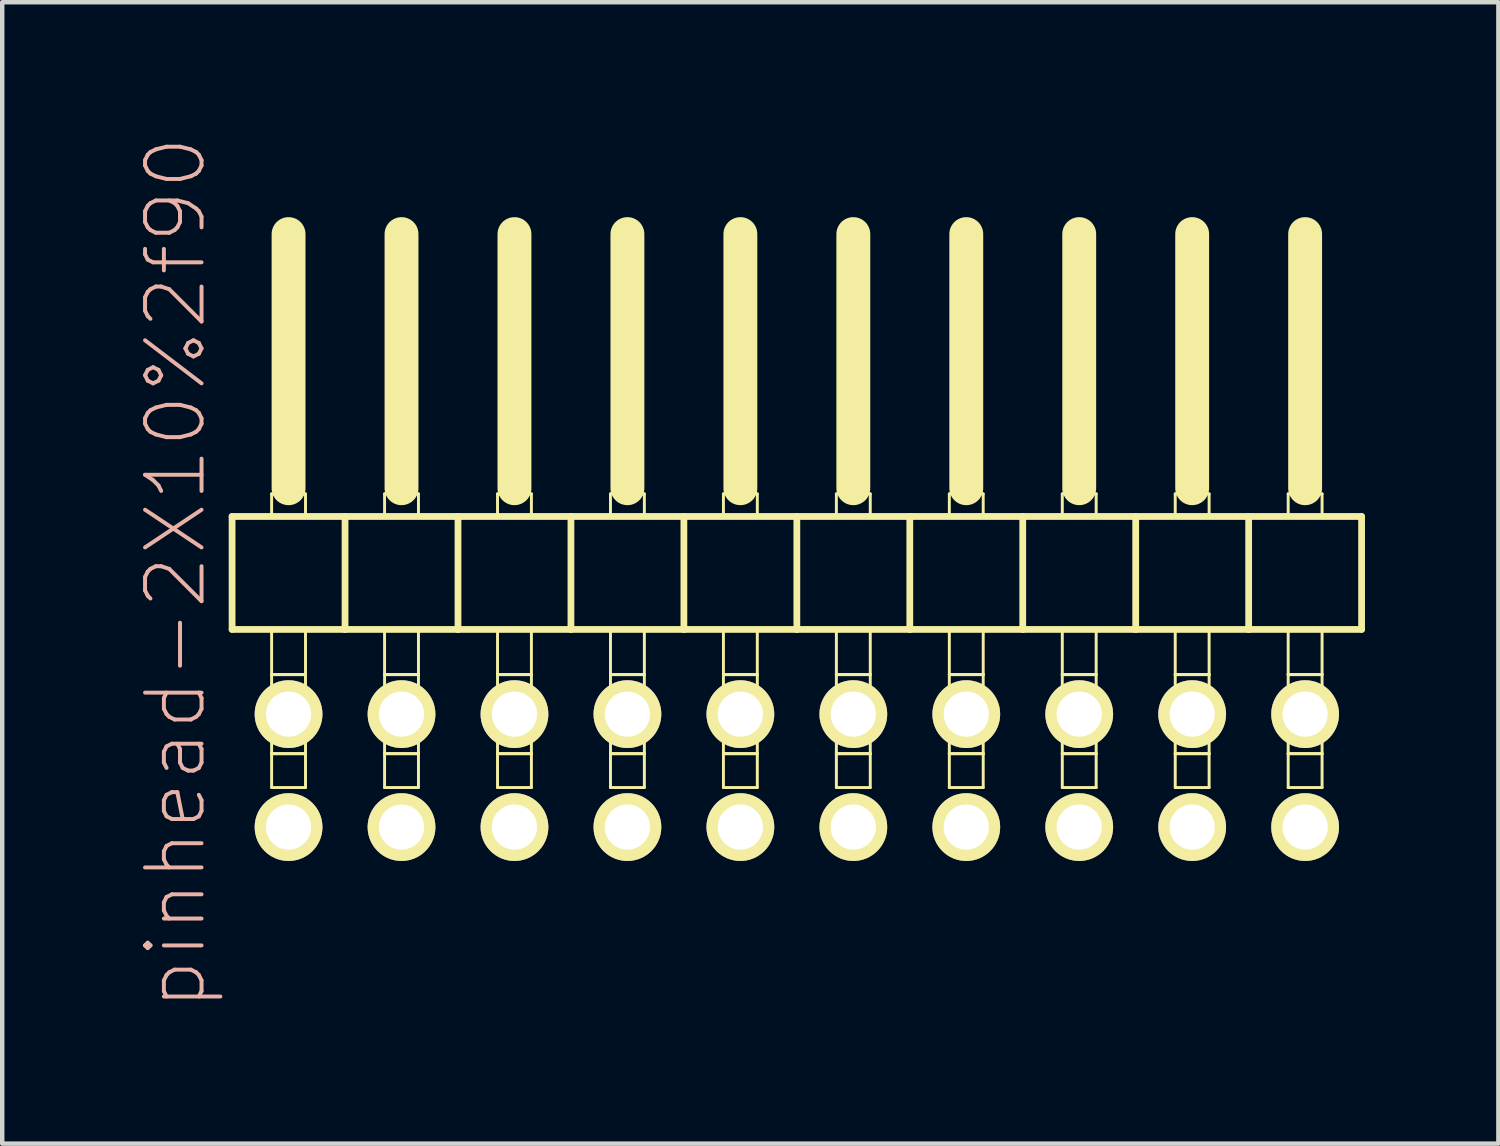
<source format=kicad_pcb>
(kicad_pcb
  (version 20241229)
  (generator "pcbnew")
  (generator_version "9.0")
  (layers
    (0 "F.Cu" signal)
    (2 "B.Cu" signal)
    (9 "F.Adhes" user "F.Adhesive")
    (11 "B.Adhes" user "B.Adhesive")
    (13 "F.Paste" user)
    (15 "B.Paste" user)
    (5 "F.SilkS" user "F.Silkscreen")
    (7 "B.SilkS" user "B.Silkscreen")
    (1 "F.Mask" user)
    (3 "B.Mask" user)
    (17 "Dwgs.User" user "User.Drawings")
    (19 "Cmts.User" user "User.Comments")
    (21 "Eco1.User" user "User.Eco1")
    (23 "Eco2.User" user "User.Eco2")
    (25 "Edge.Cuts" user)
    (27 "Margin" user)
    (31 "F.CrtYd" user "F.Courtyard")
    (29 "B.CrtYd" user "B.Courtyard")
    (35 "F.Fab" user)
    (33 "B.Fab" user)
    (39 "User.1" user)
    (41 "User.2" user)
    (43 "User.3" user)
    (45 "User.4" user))
  (footprint "pinhead-2X10%2f90"
    (layer "F.Cu")
    (at 14.869 9.199)
    (property "Reference" "pinhead-2X10%2f90" (at -13.97 0.635 90) (layer "B.SilkS") (effects (font (size 1.27 1.27) (thickness 0.089))))
    (attr exclude_from_pos_files exclude_from_bom)
    (fp_line (start -12.7 -0.635) (end -12.7 1.905) (stroke (width 0.152) (type solid)) (layer "F.SilkS"))
    (fp_line (start -12.7 1.905) (end -10.16 1.905) (stroke (width 0.152) (type solid)) (layer "F.SilkS"))
    (fp_line (start -11.811 -1.143) (end -11.049 -1.143) (stroke (width 0.066) (type solid)) (layer "F.SilkS"))
    (fp_line (start -11.811 -0.635) (end -11.811 -1.143) (stroke (width 0.066) (type solid)) (layer "F.SilkS"))
    (fp_line (start -11.811 -0.635) (end -11.049 -0.635) (stroke (width 0.066) (type solid)) (layer "F.SilkS"))
    (fp_line (start -11.811 1.905) (end -11.049 1.905) (stroke (width 0.066) (type solid)) (layer "F.SilkS"))
    (fp_line (start -11.811 2.921) (end -11.811 1.905) (stroke (width 0.066) (type solid)) (layer "F.SilkS"))
    (fp_line (start -11.811 2.921) (end -11.049 2.921) (stroke (width 0.066) (type solid)) (layer "F.SilkS"))
    (fp_line (start -11.811 2.921) (end -11.049 2.921) (stroke (width 0.066) (type solid)) (layer "F.SilkS"))
    (fp_line (start -11.811 4.699) (end -11.811 2.921) (stroke (width 0.066) (type solid)) (layer "F.SilkS"))
    (fp_line (start -11.811 4.699) (end -11.049 4.699) (stroke (width 0.066) (type solid)) (layer "F.SilkS"))
    (fp_line (start -11.811 4.699) (end -11.049 4.699) (stroke (width 0.066) (type solid)) (layer "F.SilkS"))
    (fp_line (start -11.811 5.461) (end -11.811 4.699) (stroke (width 0.066) (type solid)) (layer "F.SilkS"))
    (fp_line (start -11.811 5.461) (end -11.049 5.461) (stroke (width 0.066) (type solid)) (layer "F.SilkS"))
    (fp_line (start -11.43 -6.985) (end -11.43 -1.27) (stroke (width 0.762) (type solid)) (layer "F.SilkS"))
    (fp_line (start -11.049 -0.635) (end -11.049 -1.143) (stroke (width 0.066) (type solid)) (layer "F.SilkS"))
    (fp_line (start -11.049 2.921) (end -11.049 1.905) (stroke (width 0.066) (type solid)) (layer "F.SilkS"))
    (fp_line (start -11.049 4.699) (end -11.049 2.921) (stroke (width 0.066) (type solid)) (layer "F.SilkS"))
    (fp_line (start -11.049 5.461) (end -11.049 4.699) (stroke (width 0.066) (type solid)) (layer "F.SilkS"))
    (fp_line (start -10.16 -0.635) (end -12.7 -0.635) (stroke (width 0.152) (type solid)) (layer "F.SilkS"))
    (fp_line (start -10.16 1.905) (end -10.16 -0.635) (stroke (width 0.152) (type solid)) (layer "F.SilkS"))
    (fp_line (start -10.16 1.905) (end -7.62 1.905) (stroke (width 0.152) (type solid)) (layer "F.SilkS"))
    (fp_line (start -9.271 -1.143) (end -8.509 -1.143) (stroke (width 0.066) (type solid)) (layer "F.SilkS"))
    (fp_line (start -9.271 -0.635) (end -9.271 -1.143) (stroke (width 0.066) (type solid)) (layer "F.SilkS"))
    (fp_line (start -9.271 -0.635) (end -8.509 -0.635) (stroke (width 0.066) (type solid)) (layer "F.SilkS"))
    (fp_line (start -9.271 1.905) (end -8.509 1.905) (stroke (width 0.066) (type solid)) (layer "F.SilkS"))
    (fp_line (start -9.271 2.921) (end -9.271 1.905) (stroke (width 0.066) (type solid)) (layer "F.SilkS"))
    (fp_line (start -9.271 2.921) (end -8.509 2.921) (stroke (width 0.066) (type solid)) (layer "F.SilkS"))
    (fp_line (start -9.271 2.921) (end -8.509 2.921) (stroke (width 0.066) (type solid)) (layer "F.SilkS"))
    (fp_line (start -9.271 4.699) (end -9.271 2.921) (stroke (width 0.066) (type solid)) (layer "F.SilkS"))
    (fp_line (start -9.271 4.699) (end -8.509 4.699) (stroke (width 0.066) (type solid)) (layer "F.SilkS"))
    (fp_line (start -9.271 4.699) (end -8.509 4.699) (stroke (width 0.066) (type solid)) (layer "F.SilkS"))
    (fp_line (start -9.271 5.461) (end -9.271 4.699) (stroke (width 0.066) (type solid)) (layer "F.SilkS"))
    (fp_line (start -9.271 5.461) (end -8.509 5.461) (stroke (width 0.066) (type solid)) (layer "F.SilkS"))
    (fp_line (start -8.89 -6.985) (end -8.89 -1.27) (stroke (width 0.762) (type solid)) (layer "F.SilkS"))
    (fp_line (start -8.509 -0.635) (end -8.509 -1.143) (stroke (width 0.066) (type solid)) (layer "F.SilkS"))
    (fp_line (start -8.509 2.921) (end -8.509 1.905) (stroke (width 0.066) (type solid)) (layer "F.SilkS"))
    (fp_line (start -8.509 4.699) (end -8.509 2.921) (stroke (width 0.066) (type solid)) (layer "F.SilkS"))
    (fp_line (start -8.509 5.461) (end -8.509 4.699) (stroke (width 0.066) (type solid)) (layer "F.SilkS"))
    (fp_line (start -7.62 -0.635) (end -10.16 -0.635) (stroke (width 0.152) (type solid)) (layer "F.SilkS"))
    (fp_line (start -7.62 1.905) (end -7.62 -0.635) (stroke (width 0.152) (type solid)) (layer "F.SilkS"))
    (fp_line (start -7.62 1.905) (end -5.08 1.905) (stroke (width 0.152) (type solid)) (layer "F.SilkS"))
    (fp_line (start -6.731 -1.143) (end -5.969 -1.143) (stroke (width 0.066) (type solid)) (layer "F.SilkS"))
    (fp_line (start -6.731 -0.635) (end -6.731 -1.143) (stroke (width 0.066) (type solid)) (layer "F.SilkS"))
    (fp_line (start -6.731 -0.635) (end -5.969 -0.635) (stroke (width 0.066) (type solid)) (layer "F.SilkS"))
    (fp_line (start -6.731 1.905) (end -5.969 1.905) (stroke (width 0.066) (type solid)) (layer "F.SilkS"))
    (fp_line (start -6.731 2.921) (end -6.731 1.905) (stroke (width 0.066) (type solid)) (layer "F.SilkS"))
    (fp_line (start -6.731 2.921) (end -5.969 2.921) (stroke (width 0.066) (type solid)) (layer "F.SilkS"))
    (fp_line (start -6.731 2.921) (end -5.969 2.921) (stroke (width 0.066) (type solid)) (layer "F.SilkS"))
    (fp_line (start -6.731 4.699) (end -6.731 2.921) (stroke (width 0.066) (type solid)) (layer "F.SilkS"))
    (fp_line (start -6.731 4.699) (end -5.969 4.699) (stroke (width 0.066) (type solid)) (layer "F.SilkS"))
    (fp_line (start -6.731 4.699) (end -5.969 4.699) (stroke (width 0.066) (type solid)) (layer "F.SilkS"))
    (fp_line (start -6.731 5.461) (end -6.731 4.699) (stroke (width 0.066) (type solid)) (layer "F.SilkS"))
    (fp_line (start -6.731 5.461) (end -5.969 5.461) (stroke (width 0.066) (type solid)) (layer "F.SilkS"))
    (fp_line (start -6.35 -6.985) (end -6.35 -1.27) (stroke (width 0.762) (type solid)) (layer "F.SilkS"))
    (fp_line (start -5.969 -0.635) (end -5.969 -1.143) (stroke (width 0.066) (type solid)) (layer "F.SilkS"))
    (fp_line (start -5.969 2.921) (end -5.969 1.905) (stroke (width 0.066) (type solid)) (layer "F.SilkS"))
    (fp_line (start -5.969 4.699) (end -5.969 2.921) (stroke (width 0.066) (type solid)) (layer "F.SilkS"))
    (fp_line (start -5.969 5.461) (end -5.969 4.699) (stroke (width 0.066) (type solid)) (layer "F.SilkS"))
    (fp_line (start -5.08 -0.635) (end -7.62 -0.635) (stroke (width 0.152) (type solid)) (layer "F.SilkS"))
    (fp_line (start -5.08 1.905) (end -5.08 -0.635) (stroke (width 0.152) (type solid)) (layer "F.SilkS"))
    (fp_line (start -5.08 1.905) (end -2.54 1.905) (stroke (width 0.152) (type solid)) (layer "F.SilkS"))
    (fp_line (start -4.191 -1.143) (end -3.429 -1.143) (stroke (width 0.066) (type solid)) (layer "F.SilkS"))
    (fp_line (start -4.191 -0.635) (end -4.191 -1.143) (stroke (width 0.066) (type solid)) (layer "F.SilkS"))
    (fp_line (start -4.191 -0.635) (end -3.429 -0.635) (stroke (width 0.066) (type solid)) (layer "F.SilkS"))
    (fp_line (start -4.191 1.905) (end -3.429 1.905) (stroke (width 0.066) (type solid)) (layer "F.SilkS"))
    (fp_line (start -4.191 2.921) (end -4.191 1.905) (stroke (width 0.066) (type solid)) (layer "F.SilkS"))
    (fp_line (start -4.191 2.921) (end -3.429 2.921) (stroke (width 0.066) (type solid)) (layer "F.SilkS"))
    (fp_line (start -4.191 2.921) (end -3.429 2.921) (stroke (width 0.066) (type solid)) (layer "F.SilkS"))
    (fp_line (start -4.191 4.699) (end -4.191 2.921) (stroke (width 0.066) (type solid)) (layer "F.SilkS"))
    (fp_line (start -4.191 4.699) (end -3.429 4.699) (stroke (width 0.066) (type solid)) (layer "F.SilkS"))
    (fp_line (start -4.191 4.699) (end -3.429 4.699) (stroke (width 0.066) (type solid)) (layer "F.SilkS"))
    (fp_line (start -4.191 5.461) (end -4.191 4.699) (stroke (width 0.066) (type solid)) (layer "F.SilkS"))
    (fp_line (start -4.191 5.461) (end -3.429 5.461) (stroke (width 0.066) (type solid)) (layer "F.SilkS"))
    (fp_line (start -3.81 -6.985) (end -3.81 -1.27) (stroke (width 0.762) (type solid)) (layer "F.SilkS"))
    (fp_line (start -3.429 -0.635) (end -3.429 -1.143) (stroke (width 0.066) (type solid)) (layer "F.SilkS"))
    (fp_line (start -3.429 2.921) (end -3.429 1.905) (stroke (width 0.066) (type solid)) (layer "F.SilkS"))
    (fp_line (start -3.429 4.699) (end -3.429 2.921) (stroke (width 0.066) (type solid)) (layer "F.SilkS"))
    (fp_line (start -3.429 5.461) (end -3.429 4.699) (stroke (width 0.066) (type solid)) (layer "F.SilkS"))
    (fp_line (start -2.54 -0.635) (end -5.08 -0.635) (stroke (width 0.152) (type solid)) (layer "F.SilkS"))
    (fp_line (start -2.54 1.905) (end -2.54 -0.635) (stroke (width 0.152) (type solid)) (layer "F.SilkS"))
    (fp_line (start -2.54 1.905) (end 0 1.905) (stroke (width 0.152) (type solid)) (layer "F.SilkS"))
    (fp_line (start -1.651 -1.143) (end -0.889 -1.143) (stroke (width 0.066) (type solid)) (layer "F.SilkS"))
    (fp_line (start -1.651 -0.635) (end -1.651 -1.143) (stroke (width 0.066) (type solid)) (layer "F.SilkS"))
    (fp_line (start -1.651 -0.635) (end -0.889 -0.635) (stroke (width 0.066) (type solid)) (layer "F.SilkS"))
    (fp_line (start -1.651 1.905) (end -0.889 1.905) (stroke (width 0.066) (type solid)) (layer "F.SilkS"))
    (fp_line (start -1.651 2.921) (end -1.651 1.905) (stroke (width 0.066) (type solid)) (layer "F.SilkS"))
    (fp_line (start -1.651 2.921) (end -0.889 2.921) (stroke (width 0.066) (type solid)) (layer "F.SilkS"))
    (fp_line (start -1.651 2.921) (end -0.889 2.921) (stroke (width 0.066) (type solid)) (layer "F.SilkS"))
    (fp_line (start -1.651 4.699) (end -1.651 2.921) (stroke (width 0.066) (type solid)) (layer "F.SilkS"))
    (fp_line (start -1.651 4.699) (end -0.889 4.699) (stroke (width 0.066) (type solid)) (layer "F.SilkS"))
    (fp_line (start -1.651 4.699) (end -0.889 4.699) (stroke (width 0.066) (type solid)) (layer "F.SilkS"))
    (fp_line (start -1.651 5.461) (end -1.651 4.699) (stroke (width 0.066) (type solid)) (layer "F.SilkS"))
    (fp_line (start -1.651 5.461) (end -0.889 5.461) (stroke (width 0.066) (type solid)) (layer "F.SilkS"))
    (fp_line (start -1.27 -6.985) (end -1.27 -1.27) (stroke (width 0.762) (type solid)) (layer "F.SilkS"))
    (fp_line (start -0.889 -0.635) (end -0.889 -1.143) (stroke (width 0.066) (type solid)) (layer "F.SilkS"))
    (fp_line (start -0.889 2.921) (end -0.889 1.905) (stroke (width 0.066) (type solid)) (layer "F.SilkS"))
    (fp_line (start -0.889 4.699) (end -0.889 2.921) (stroke (width 0.066) (type solid)) (layer "F.SilkS"))
    (fp_line (start -0.889 5.461) (end -0.889 4.699) (stroke (width 0.066) (type solid)) (layer "F.SilkS"))
    (fp_line (start 0 -0.635) (end -2.54 -0.635) (stroke (width 0.152) (type solid)) (layer "F.SilkS"))
    (fp_line (start 0 1.905) (end 0 -0.635) (stroke (width 0.152) (type solid)) (layer "F.SilkS"))
    (fp_line (start 0 1.905) (end 2.54 1.905) (stroke (width 0.152) (type solid)) (layer "F.SilkS"))
    (fp_line (start 0.889 -1.143) (end 1.651 -1.143) (stroke (width 0.066) (type solid)) (layer "F.SilkS"))
    (fp_line (start 0.889 -0.635) (end 0.889 -1.143) (stroke (width 0.066) (type solid)) (layer "F.SilkS"))
    (fp_line (start 0.889 -0.635) (end 1.651 -0.635) (stroke (width 0.066) (type solid)) (layer "F.SilkS"))
    (fp_line (start 0.889 1.905) (end 1.651 1.905) (stroke (width 0.066) (type solid)) (layer "F.SilkS"))
    (fp_line (start 0.889 2.921) (end 0.889 1.905) (stroke (width 0.066) (type solid)) (layer "F.SilkS"))
    (fp_line (start 0.889 2.921) (end 1.651 2.921) (stroke (width 0.066) (type solid)) (layer "F.SilkS"))
    (fp_line (start 0.889 2.921) (end 1.651 2.921) (stroke (width 0.066) (type solid)) (layer "F.SilkS"))
    (fp_line (start 0.889 4.699) (end 0.889 2.921) (stroke (width 0.066) (type solid)) (layer "F.SilkS"))
    (fp_line (start 0.889 4.699) (end 1.651 4.699) (stroke (width 0.066) (type solid)) (layer "F.SilkS"))
    (fp_line (start 0.889 4.699) (end 1.651 4.699) (stroke (width 0.066) (type solid)) (layer "F.SilkS"))
    (fp_line (start 0.889 5.461) (end 0.889 4.699) (stroke (width 0.066) (type solid)) (layer "F.SilkS"))
    (fp_line (start 0.889 5.461) (end 1.651 5.461) (stroke (width 0.066) (type solid)) (layer "F.SilkS"))
    (fp_line (start 1.27 -6.985) (end 1.27 -1.27) (stroke (width 0.762) (type solid)) (layer "F.SilkS"))
    (fp_line (start 1.651 -0.635) (end 1.651 -1.143) (stroke (width 0.066) (type solid)) (layer "F.SilkS"))
    (fp_line (start 1.651 2.921) (end 1.651 1.905) (stroke (width 0.066) (type solid)) (layer "F.SilkS"))
    (fp_line (start 1.651 4.699) (end 1.651 2.921) (stroke (width 0.066) (type solid)) (layer "F.SilkS"))
    (fp_line (start 1.651 5.461) (end 1.651 4.699) (stroke (width 0.066) (type solid)) (layer "F.SilkS"))
    (fp_line (start 2.54 -0.635) (end 0 -0.635) (stroke (width 0.152) (type solid)) (layer "F.SilkS"))
    (fp_line (start 2.54 1.905) (end 2.54 -0.635) (stroke (width 0.152) (type solid)) (layer "F.SilkS"))
    (fp_line (start 2.54 1.905) (end 5.08 1.905) (stroke (width 0.152) (type solid)) (layer "F.SilkS"))
    (fp_line (start 3.429 -1.143) (end 4.191 -1.143) (stroke (width 0.066) (type solid)) (layer "F.SilkS"))
    (fp_line (start 3.429 -0.635) (end 3.429 -1.143) (stroke (width 0.066) (type solid)) (layer "F.SilkS"))
    (fp_line (start 3.429 -0.635) (end 4.191 -0.635) (stroke (width 0.066) (type solid)) (layer "F.SilkS"))
    (fp_line (start 3.429 1.905) (end 4.191 1.905) (stroke (width 0.066) (type solid)) (layer "F.SilkS"))
    (fp_line (start 3.429 2.921) (end 3.429 1.905) (stroke (width 0.066) (type solid)) (layer "F.SilkS"))
    (fp_line (start 3.429 2.921) (end 4.191 2.921) (stroke (width 0.066) (type solid)) (layer "F.SilkS"))
    (fp_line (start 3.429 2.921) (end 4.191 2.921) (stroke (width 0.066) (type solid)) (layer "F.SilkS"))
    (fp_line (start 3.429 4.699) (end 3.429 2.921) (stroke (width 0.066) (type solid)) (layer "F.SilkS"))
    (fp_line (start 3.429 4.699) (end 4.191 4.699) (stroke (width 0.066) (type solid)) (layer "F.SilkS"))
    (fp_line (start 3.429 4.699) (end 4.191 4.699) (stroke (width 0.066) (type solid)) (layer "F.SilkS"))
    (fp_line (start 3.429 5.461) (end 3.429 4.699) (stroke (width 0.066) (type solid)) (layer "F.SilkS"))
    (fp_line (start 3.429 5.461) (end 4.191 5.461) (stroke (width 0.066) (type solid)) (layer "F.SilkS"))
    (fp_line (start 3.81 -6.985) (end 3.81 -1.27) (stroke (width 0.762) (type solid)) (layer "F.SilkS"))
    (fp_line (start 4.191 -0.635) (end 4.191 -1.143) (stroke (width 0.066) (type solid)) (layer "F.SilkS"))
    (fp_line (start 4.191 2.921) (end 4.191 1.905) (stroke (width 0.066) (type solid)) (layer "F.SilkS"))
    (fp_line (start 4.191 4.699) (end 4.191 2.921) (stroke (width 0.066) (type solid)) (layer "F.SilkS"))
    (fp_line (start 4.191 5.461) (end 4.191 4.699) (stroke (width 0.066) (type solid)) (layer "F.SilkS"))
    (fp_line (start 5.08 -0.635) (end 2.54 -0.635) (stroke (width 0.152) (type solid)) (layer "F.SilkS"))
    (fp_line (start 5.08 1.905) (end 5.08 -0.635) (stroke (width 0.152) (type solid)) (layer "F.SilkS"))
    (fp_line (start 5.08 1.905) (end 7.62 1.905) (stroke (width 0.152) (type solid)) (layer "F.SilkS"))
    (fp_line (start 5.969 -1.143) (end 6.731 -1.143) (stroke (width 0.066) (type solid)) (layer "F.SilkS"))
    (fp_line (start 5.969 -0.635) (end 5.969 -1.143) (stroke (width 0.066) (type solid)) (layer "F.SilkS"))
    (fp_line (start 5.969 -0.635) (end 6.731 -0.635) (stroke (width 0.066) (type solid)) (layer "F.SilkS"))
    (fp_line (start 5.969 1.905) (end 6.731 1.905) (stroke (width 0.066) (type solid)) (layer "F.SilkS"))
    (fp_line (start 5.969 2.921) (end 5.969 1.905) (stroke (width 0.066) (type solid)) (layer "F.SilkS"))
    (fp_line (start 5.969 2.921) (end 6.731 2.921) (stroke (width 0.066) (type solid)) (layer "F.SilkS"))
    (fp_line (start 5.969 2.921) (end 6.731 2.921) (stroke (width 0.066) (type solid)) (layer "F.SilkS"))
    (fp_line (start 5.969 4.699) (end 5.969 2.921) (stroke (width 0.066) (type solid)) (layer "F.SilkS"))
    (fp_line (start 5.969 4.699) (end 6.731 4.699) (stroke (width 0.066) (type solid)) (layer "F.SilkS"))
    (fp_line (start 5.969 4.699) (end 6.731 4.699) (stroke (width 0.066) (type solid)) (layer "F.SilkS"))
    (fp_line (start 5.969 5.461) (end 5.969 4.699) (stroke (width 0.066) (type solid)) (layer "F.SilkS"))
    (fp_line (start 5.969 5.461) (end 6.731 5.461) (stroke (width 0.066) (type solid)) (layer "F.SilkS"))
    (fp_line (start 6.35 -6.985) (end 6.35 -1.27) (stroke (width 0.762) (type solid)) (layer "F.SilkS"))
    (fp_line (start 6.731 -0.635) (end 6.731 -1.143) (stroke (width 0.066) (type solid)) (layer "F.SilkS"))
    (fp_line (start 6.731 2.921) (end 6.731 1.905) (stroke (width 0.066) (type solid)) (layer "F.SilkS"))
    (fp_line (start 6.731 4.699) (end 6.731 2.921) (stroke (width 0.066) (type solid)) (layer "F.SilkS"))
    (fp_line (start 6.731 5.461) (end 6.731 4.699) (stroke (width 0.066) (type solid)) (layer "F.SilkS"))
    (fp_line (start 7.62 -0.635) (end 5.08 -0.635) (stroke (width 0.152) (type solid)) (layer "F.SilkS"))
    (fp_line (start 7.62 1.905) (end 7.62 -0.635) (stroke (width 0.152) (type solid)) (layer "F.SilkS"))
    (fp_line (start 7.62 1.905) (end 10.16 1.905) (stroke (width 0.152) (type solid)) (layer "F.SilkS"))
    (fp_line (start 8.509 -1.143) (end 9.271 -1.143) (stroke (width 0.066) (type solid)) (layer "F.SilkS"))
    (fp_line (start 8.509 -0.635) (end 8.509 -1.143) (stroke (width 0.066) (type solid)) (layer "F.SilkS"))
    (fp_line (start 8.509 -0.635) (end 9.271 -0.635) (stroke (width 0.066) (type solid)) (layer "F.SilkS"))
    (fp_line (start 8.509 1.905) (end 9.271 1.905) (stroke (width 0.066) (type solid)) (layer "F.SilkS"))
    (fp_line (start 8.509 2.921) (end 8.509 1.905) (stroke (width 0.066) (type solid)) (layer "F.SilkS"))
    (fp_line (start 8.509 2.921) (end 9.271 2.921) (stroke (width 0.066) (type solid)) (layer "F.SilkS"))
    (fp_line (start 8.509 2.921) (end 9.271 2.921) (stroke (width 0.066) (type solid)) (layer "F.SilkS"))
    (fp_line (start 8.509 4.699) (end 8.509 2.921) (stroke (width 0.066) (type solid)) (layer "F.SilkS"))
    (fp_line (start 8.509 4.699) (end 9.271 4.699) (stroke (width 0.066) (type solid)) (layer "F.SilkS"))
    (fp_line (start 8.509 4.699) (end 9.271 4.699) (stroke (width 0.066) (type solid)) (layer "F.SilkS"))
    (fp_line (start 8.509 5.461) (end 8.509 4.699) (stroke (width 0.066) (type solid)) (layer "F.SilkS"))
    (fp_line (start 8.509 5.461) (end 9.271 5.461) (stroke (width 0.066) (type solid)) (layer "F.SilkS"))
    (fp_line (start 8.89 -6.985) (end 8.89 -1.27) (stroke (width 0.762) (type solid)) (layer "F.SilkS"))
    (fp_line (start 9.271 -0.635) (end 9.271 -1.143) (stroke (width 0.066) (type solid)) (layer "F.SilkS"))
    (fp_line (start 9.271 2.921) (end 9.271 1.905) (stroke (width 0.066) (type solid)) (layer "F.SilkS"))
    (fp_line (start 9.271 4.699) (end 9.271 2.921) (stroke (width 0.066) (type solid)) (layer "F.SilkS"))
    (fp_line (start 9.271 5.461) (end 9.271 4.699) (stroke (width 0.066) (type solid)) (layer "F.SilkS"))
    (fp_line (start 10.16 -0.635) (end 7.62 -0.635) (stroke (width 0.152) (type solid)) (layer "F.SilkS"))
    (fp_line (start 10.16 1.905) (end 10.16 -0.635) (stroke (width 0.152) (type solid)) (layer "F.SilkS"))
    (fp_line (start 10.16 1.905) (end 12.7 1.905) (stroke (width 0.152) (type solid)) (layer "F.SilkS"))
    (fp_line (start 11.049 -1.143) (end 11.811 -1.143) (stroke (width 0.066) (type solid)) (layer "F.SilkS"))
    (fp_line (start 11.049 -0.635) (end 11.049 -1.143) (stroke (width 0.066) (type solid)) (layer "F.SilkS"))
    (fp_line (start 11.049 -0.635) (end 11.811 -0.635) (stroke (width 0.066) (type solid)) (layer "F.SilkS"))
    (fp_line (start 11.049 1.905) (end 11.811 1.905) (stroke (width 0.066) (type solid)) (layer "F.SilkS"))
    (fp_line (start 11.049 2.921) (end 11.049 1.905) (stroke (width 0.066) (type solid)) (layer "F.SilkS"))
    (fp_line (start 11.049 2.921) (end 11.811 2.921) (stroke (width 0.066) (type solid)) (layer "F.SilkS"))
    (fp_line (start 11.049 2.921) (end 11.811 2.921) (stroke (width 0.066) (type solid)) (layer "F.SilkS"))
    (fp_line (start 11.049 4.699) (end 11.049 2.921) (stroke (width 0.066) (type solid)) (layer "F.SilkS"))
    (fp_line (start 11.049 4.699) (end 11.811 4.699) (stroke (width 0.066) (type solid)) (layer "F.SilkS"))
    (fp_line (start 11.049 4.699) (end 11.811 4.699) (stroke (width 0.066) (type solid)) (layer "F.SilkS"))
    (fp_line (start 11.049 5.461) (end 11.049 4.699) (stroke (width 0.066) (type solid)) (layer "F.SilkS"))
    (fp_line (start 11.049 5.461) (end 11.811 5.461) (stroke (width 0.066) (type solid)) (layer "F.SilkS"))
    (fp_line (start 11.43 -6.985) (end 11.43 -1.27) (stroke (width 0.762) (type solid)) (layer "F.SilkS"))
    (fp_line (start 11.811 -0.635) (end 11.811 -1.143) (stroke (width 0.066) (type solid)) (layer "F.SilkS"))
    (fp_line (start 11.811 2.921) (end 11.811 1.905) (stroke (width 0.066) (type solid)) (layer "F.SilkS"))
    (fp_line (start 11.811 4.699) (end 11.811 2.921) (stroke (width 0.066) (type solid)) (layer "F.SilkS"))
    (fp_line (start 11.811 5.461) (end 11.811 4.699) (stroke (width 0.066) (type solid)) (layer "F.SilkS"))
    (fp_line (start 12.7 -0.635) (end 10.16 -0.635) (stroke (width 0.152) (type solid)) (layer "F.SilkS"))
    (fp_line (start 12.7 1.905) (end 12.7 -0.635) (stroke (width 0.152) (type solid)) (layer "F.SilkS"))
    (pad "1" thru_hole circle (at -11.43 6.35) (size 1.524 1.524) (drill 1.016) (layers "*.Cu" "F.Mask" "F.SilkS" "F.Paste"))
    (pad "2" thru_hole circle (at -11.43 3.81) (size 1.524 1.524) (drill 1.016) (layers "*.Cu" "F.Mask" "F.SilkS" "F.Paste"))
    (pad "3" thru_hole circle (at -8.89 6.35) (size 1.524 1.524) (drill 1.016) (layers "*.Cu" "F.Mask" "F.SilkS" "F.Paste"))
    (pad "4" thru_hole circle (at -8.89 3.81) (size 1.524 1.524) (drill 1.016) (layers "*.Cu" "F.Mask" "F.SilkS" "F.Paste"))
    (pad "5" thru_hole circle (at -6.35 6.35) (size 1.524 1.524) (drill 1.016) (layers "*.Cu" "F.Mask" "F.SilkS" "F.Paste"))
    (pad "6" thru_hole circle (at -6.35 3.81) (size 1.524 1.524) (drill 1.016) (layers "*.Cu" "F.Mask" "F.SilkS" "F.Paste"))
    (pad "7" thru_hole circle (at -3.81 6.35) (size 1.524 1.524) (drill 1.016) (layers "*.Cu" "F.Mask" "F.SilkS" "F.Paste"))
    (pad "8" thru_hole circle (at -3.81 3.81) (size 1.524 1.524) (drill 1.016) (layers "*.Cu" "F.Mask" "F.SilkS" "F.Paste"))
    (pad "9" thru_hole circle (at -1.27 6.35) (size 1.524 1.524) (drill 1.016) (layers "*.Cu" "F.Mask" "F.SilkS" "F.Paste"))
    (pad "10" thru_hole circle (at -1.27 3.81) (size 1.524 1.524) (drill 1.016) (layers "*.Cu" "F.Mask" "F.SilkS" "F.Paste"))
    (pad "11" thru_hole circle (at 1.27 6.35) (size 1.524 1.524) (drill 1.016) (layers "*.Cu" "F.Mask" "F.SilkS" "F.Paste"))
    (pad "12" thru_hole circle (at 1.27 3.81) (size 1.524 1.524) (drill 1.016) (layers "*.Cu" "F.Mask" "F.SilkS" "F.Paste"))
    (pad "13" thru_hole circle (at 3.81 6.35) (size 1.524 1.524) (drill 1.016) (layers "*.Cu" "F.Mask" "F.SilkS" "F.Paste"))
    (pad "14" thru_hole circle (at 3.81 3.81) (size 1.524 1.524) (drill 1.016) (layers "*.Cu" "F.Mask" "F.SilkS" "F.Paste"))
    (pad "15" thru_hole circle (at 6.35 6.35) (size 1.524 1.524) (drill 1.016) (layers "*.Cu" "F.Mask" "F.SilkS" "F.Paste"))
    (pad "16" thru_hole circle (at 6.35 3.81) (size 1.524 1.524) (drill 1.016) (layers "*.Cu" "F.Mask" "F.SilkS" "F.Paste"))
    (pad "17" thru_hole circle (at 8.89 6.35) (size 1.524 1.524) (drill 1.016) (layers "*.Cu" "F.Mask" "F.SilkS" "F.Paste"))
    (pad "18" thru_hole circle (at 8.89 3.81) (size 1.524 1.524) (drill 1.016) (layers "*.Cu" "F.Mask" "F.SilkS" "F.Paste"))
    (pad "19" thru_hole circle (at 11.43 6.35) (size 1.524 1.524) (drill 1.016) (layers "*.Cu" "F.Mask" "F.SilkS" "F.Paste"))
    (pad "20" thru_hole circle (at 11.43 3.81) (size 1.524 1.524) (drill 1.016) (layers "*.Cu" "F.Mask" "F.SilkS" "F.Paste")))
  (gr_rect
    (start -3 -3)
    (end 30.645 22.667)
    (stroke (width 0.1) (type default))
    (fill no)
    (layer "Edge.Cuts")))
</source>
